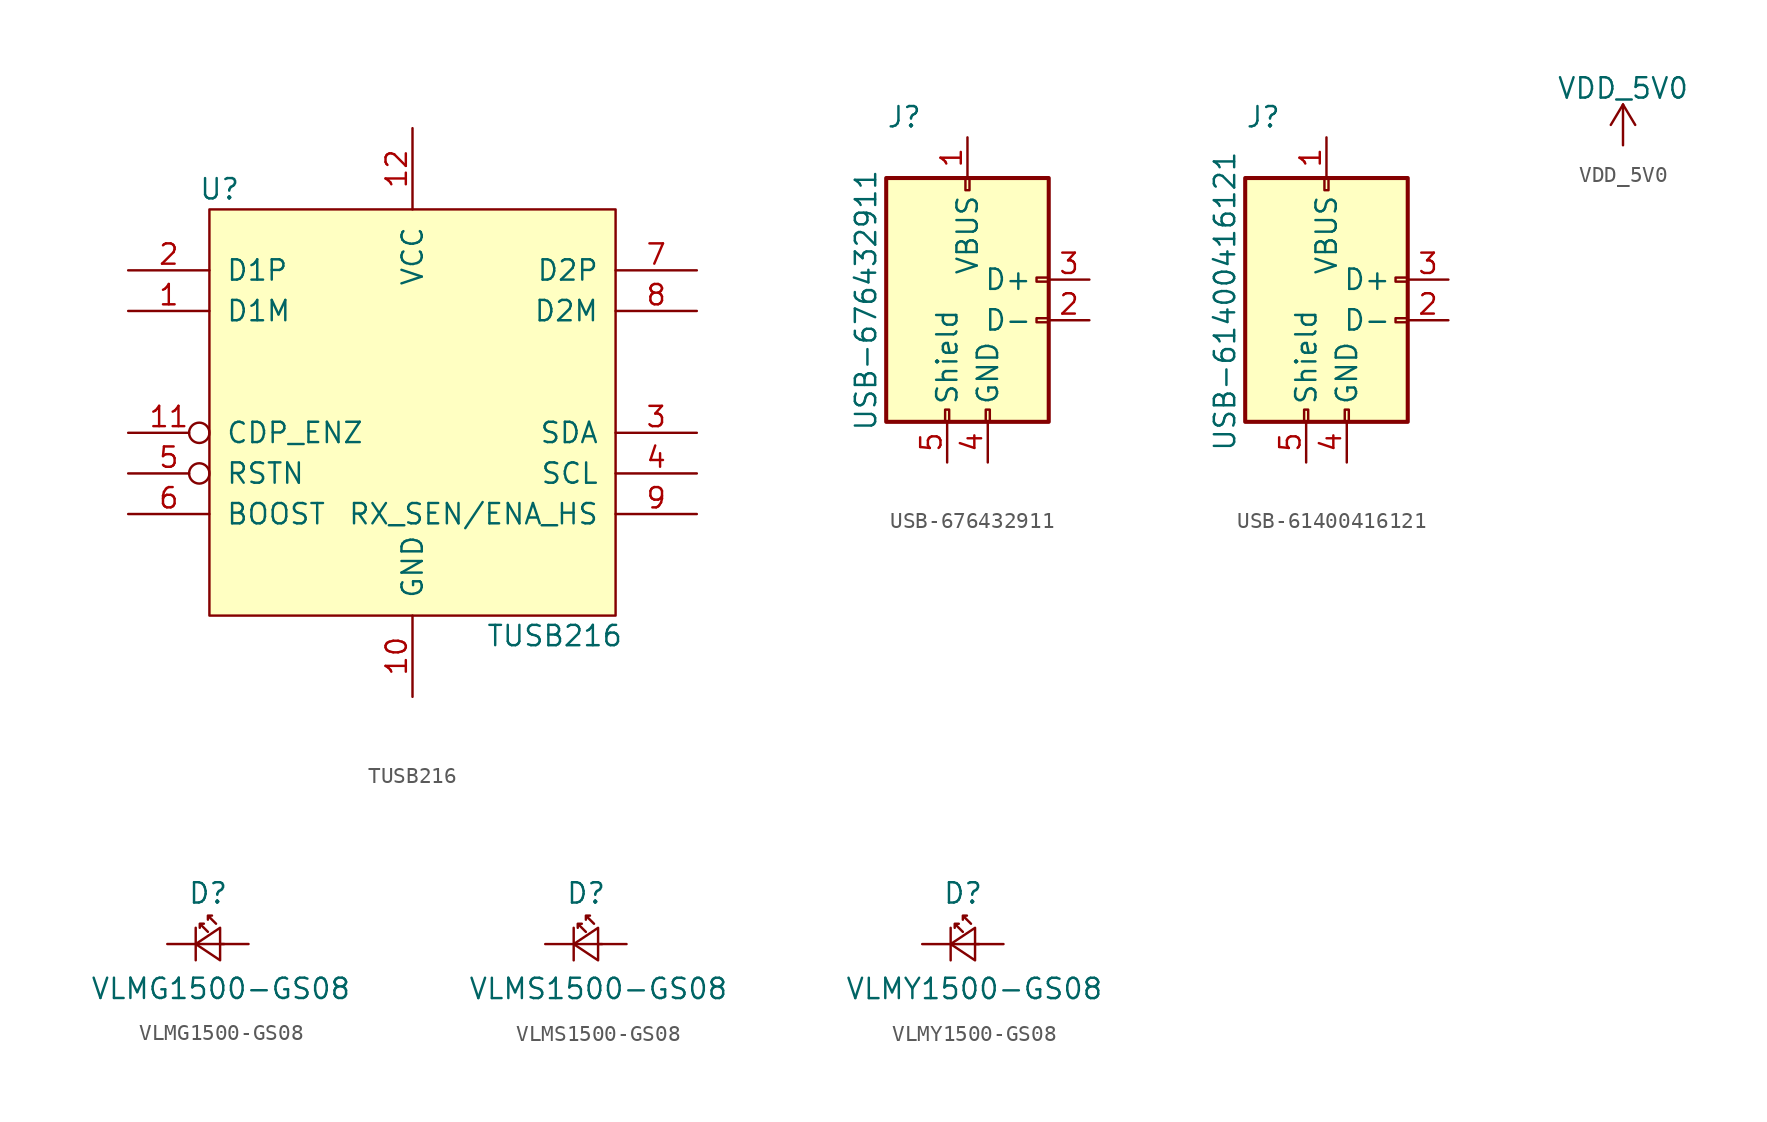
<source format=kicad_sym>
(kicad_symbol_lib
  (version 20220914)
  (generator kicad_symbol_editor)
  (symbol "TUSB216"
    (pin_names
      (offset 1.016))
    (property "Reference" "U"
      (at -12.065 13.97 0)
      (effects (font (size 1.27 1.27))))
    (property "Value" "TUSB216"
      (at 8.89 -13.97 0)
      (effects (font (size 1.27 1.27))))
    (symbol "TUSB216_0_1"
      (rectangle (start -12.7 12.7) (end 12.7 -12.7) (stroke (width 0) (type default)) (fill (type background))))
    (symbol "TUSB216_1_1"
      (pin bidirectional line (at -17.78 6.35 0) (length 5.08) (name "D1M" (effects (font (size 1.27 1.27)))) (number "1" (effects (font (size 1.27 1.27)))))
      (pin passive line (at 0 -17.78 90) (length 5.08) (name "GND" (effects (font (size 1.27 1.27)))) (number "10" (effects (font (size 1.27 1.27)))))
      (pin input inverted (at -17.78 -1.27 0) (length 5.08) (name "CDP_ENZ" (effects (font (size 1.27 1.27)))) (number "11" (effects (font (size 1.27 1.27)))))
      (pin power_in line (at 0 17.78 270) (length 5.08) (name "VCC" (effects (font (size 1.27 1.27)))) (number "12" (effects (font (size 1.27 1.27)))))
      (pin bidirectional line (at -17.78 8.89 0) (length 5.08) (name "D1P" (effects (font (size 1.27 1.27)))) (number "2" (effects (font (size 1.27 1.27)))))
      (pin bidirectional line (at 17.78 -1.27 180) (length 5.08) (name "SDA" (effects (font (size 1.27 1.27)))) (number "3" (effects (font (size 1.27 1.27)))))
      (pin bidirectional line (at 17.78 -3.81 180) (length 5.08) (name "SCL" (effects (font (size 1.27 1.27)))) (number "4" (effects (font (size 1.27 1.27)))))
      (pin input inverted (at -17.78 -3.81 0) (length 5.08) (name "RSTN" (effects (font (size 1.27 1.27)))) (number "5" (effects (font (size 1.27 1.27)))))
      (pin input line (at -17.78 -6.35 0) (length 5.08) (name "BOOST" (effects (font (size 1.27 1.27)))) (number "6" (effects (font (size 1.27 1.27)))))
      (pin bidirectional line (at 17.78 8.89 180) (length 5.08) (name "D2P" (effects (font (size 1.27 1.27)))) (number "7" (effects (font (size 1.27 1.27)))))
      (pin bidirectional line (at 17.78 6.35 180) (length 5.08) (name "D2M" (effects (font (size 1.27 1.27)))) (number "8" (effects (font (size 1.27 1.27)))))
      (pin bidirectional line (at 17.78 -6.35 180) (length 5.08) (name "RX_SEN/ENA_HS" (effects (font (size 1.27 1.27)))) (number "9" (effects (font (size 1.27 1.27)))))))
  (symbol "USB-676432911"
    (pin_names
      (offset 1.016))
    (property "Reference" "J"
      (at -5.08 11.43 0)
      (effects (font (size 1.27 1.27)) (justify left)))
    (property "Value" "USB-676432911"
      (at -6.35 -8.255 90)
      (effects (font (size 1.27 1.27)) (justify left)))
    (symbol "USB-676432911_0_1"
      (rectangle (start -5.08 -7.62) (end 5.08 7.62) (stroke (width 0.254) (type default)) (fill (type background)))
      (rectangle (start 0.127 7.62) (end -0.127 6.858) (stroke (width 0) (type default)) (fill (type none)))
      (rectangle (start 1.143 -7.62) (end 1.397 -6.858) (stroke (width 0) (type default)) (fill (type none)))
      (rectangle (start 5.08 -1.397) (end 4.318 -1.143) (stroke (width 0) (type default)) (fill (type none)))
      (rectangle (start 5.08 1.143) (end 4.318 1.397) (stroke (width 0) (type default)) (fill (type none))))
    (symbol "USB-676432911_1_1"
      (rectangle (start -1.397 -7.62) (end -1.143 -6.858) (stroke (width 0) (type default)) (fill (type none)))
      (pin passive line (at 0 10.16 270) (length 2.54) (name "VBUS" (effects (font (size 1.27 1.27)))) (number "1" (effects (font (size 1.27 1.27)))))
      (pin bidirectional line (at 7.62 -1.27 180) (length 2.54) (name "D-" (effects (font (size 1.27 1.27)))) (number "2" (effects (font (size 1.27 1.27)))))
      (pin bidirectional line (at 7.62 1.27 180) (length 2.54) (name "D+" (effects (font (size 1.27 1.27)))) (number "3" (effects (font (size 1.27 1.27)))))
      (pin passive line (at 1.27 -10.16 90) (length 2.54) (name "GND" (effects (font (size 1.27 1.27)))) (number "4" (effects (font (size 1.27 1.27)))))
      (pin passive line (at -1.27 -10.16 90) (length 2.54) (name "Shield" (effects (font (size 1.27 1.27)))) (number "5" (effects (font (size 1.27 1.27)))))))
  (symbol "USB-61400416121"
    (pin_names
      (offset 1.016))
    (property "Reference" "J"
      (at -5.08 11.43 0)
      (effects (font (size 1.27 1.27)) (justify left)))
    (property "Value" "USB-61400416121"
      (at -6.35 -9.525 90)
      (effects (font (size 1.27 1.27)) (justify left)))
    (symbol "USB-61400416121_0_1"
      (rectangle (start -5.08 -7.62) (end 5.08 7.62) (stroke (width 0.254) (type default)) (fill (type background)))
      (rectangle (start 0.127 7.62) (end -0.127 6.858) (stroke (width 0) (type default)) (fill (type none)))
      (rectangle (start 1.143 -7.62) (end 1.397 -6.858) (stroke (width 0) (type default)) (fill (type none)))
      (rectangle (start 5.08 -1.397) (end 4.318 -1.143) (stroke (width 0) (type default)) (fill (type none)))
      (rectangle (start 5.08 1.143) (end 4.318 1.397) (stroke (width 0) (type default)) (fill (type none))))
    (symbol "USB-61400416121_1_1"
      (rectangle (start -1.397 -7.62) (end -1.143 -6.858) (stroke (width 0) (type default)) (fill (type none)))
      (pin power_out line (at 0 10.16 270) (length 2.54) (name "VBUS" (effects (font (size 1.27 1.27)))) (number "1" (effects (font (size 1.27 1.27)))))
      (pin passive line (at 7.62 -1.27 180) (length 2.54) (name "D-" (effects (font (size 1.27 1.27)))) (number "2" (effects (font (size 1.27 1.27)))))
      (pin passive line (at 7.62 1.27 180) (length 2.54) (name "D+" (effects (font (size 1.27 1.27)))) (number "3" (effects (font (size 1.27 1.27)))))
      (pin power_out line (at 1.27 -10.16 90) (length 2.54) (name "GND" (effects (font (size 1.27 1.27)))) (number "4" (effects (font (size 1.27 1.27)))))
      (pin passive line (at -1.27 -10.16 90) (length 2.54) (name "Shield" (effects (font (size 1.27 1.27)))) (number "5" (effects (font (size 1.27 1.27)))))))
  (symbol "VDD_5V0"
    (power)
    (pin_names
      (offset 0))
    (property "Reference" "#PWR"
      (at 0 -3.81 0)
      (effects (font (size 1.27 1.27)) hide))
    (property "Value" "VDD_5V0"
      (at 0 3.556 0)
      (effects (font (size 1.27 1.27))))
    (symbol "VDD_5V0_0_1"
      (polyline (pts (xy -0.762 1.27) (xy 0 2.54)) (stroke (width 0) (type default)) (fill (type none)))
      (polyline (pts (xy 0 0) (xy 0 2.54)) (stroke (width 0) (type default)) (fill (type none)))
      (polyline (pts (xy 0 2.54) (xy 0.762 1.27)) (stroke (width 0) (type default)) (fill (type none))))
    (symbol "VDD_5V0_1_1"
      (pin power_in line (at 0 0 90) (length 0) hide (name "VDD_5V0" (effects (font (size 1.27 1.27)))) (number "1" (effects (font (size 1.27 1.27)))))))
  (symbol "VLMG1500-GS08"
    (pin_numbers hide)
    (pin_names
      (offset 0.254) hide)
    (property "Reference" "D"
      (at -1.27 3.175 0)
      (effects (font (size 1.27 1.27)) (justify left)))
    (property "Value" "VLMG1500-GS08"
      (at -7.366 -2.794 0)
      (effects (font (size 1.27 1.27)) (justify left)))
    (symbol "VLMG1500-GS08_0_1"
      (polyline (pts (xy -0.762 -1.016) (xy -0.762 1.016)) (stroke (width 0) (type default)) (fill (type none)))
      (polyline (pts (xy 1.016 0) (xy -0.762 0)) (stroke (width 0) (type default)) (fill (type none)))
      (polyline (pts (xy 0.762 -1.016) (xy -0.762 0) (xy 0.762 1.016) (xy 0.762 -1.016)) (stroke (width 0) (type default)) (fill (type none)))
      (polyline (pts (xy 0 0.762) (xy -0.508 1.27) (xy -0.254 1.27) (xy -0.508 1.27) (xy -0.508 1.016)) (stroke (width 0) (type default)) (fill (type none)))
      (polyline (pts (xy 0.508 1.27) (xy 0 1.778) (xy 0.254 1.778) (xy 0 1.778) (xy 0 1.524)) (stroke (width 0) (type default)) (fill (type none))))
    (symbol "VLMG1500-GS08_1_1"
      (pin passive line (at -2.54 0 0) (length 1.778) (name "K" (effects (font (size 1.27 1.27)))) (number "1" (effects (font (size 1.27 1.27)))))
      (pin passive line (at 2.54 0 180) (length 1.778) (name "A" (effects (font (size 1.27 1.27)))) (number "2" (effects (font (size 1.27 1.27)))))))
  (symbol "VLMS1500-GS08"
    (pin_numbers hide)
    (pin_names
      (offset 0.254) hide)
    (property "Reference" "D"
      (at -1.27 3.175 0)
      (effects (font (size 1.27 1.27)) (justify left)))
    (property "Value" "VLMS1500-GS08"
      (at -7.366 -2.794 0)
      (effects (font (size 1.27 1.27)) (justify left)))
    (symbol "VLMS1500-GS08_0_1"
      (polyline (pts (xy -0.762 -1.016) (xy -0.762 1.016)) (stroke (width 0) (type default)) (fill (type none)))
      (polyline (pts (xy 1.016 0) (xy -0.762 0)) (stroke (width 0) (type default)) (fill (type none)))
      (polyline (pts (xy 0.762 -1.016) (xy -0.762 0) (xy 0.762 1.016) (xy 0.762 -1.016)) (stroke (width 0) (type default)) (fill (type none)))
      (polyline (pts (xy 0 0.762) (xy -0.508 1.27) (xy -0.254 1.27) (xy -0.508 1.27) (xy -0.508 1.016)) (stroke (width 0) (type default)) (fill (type none)))
      (polyline (pts (xy 0.508 1.27) (xy 0 1.778) (xy 0.254 1.778) (xy 0 1.778) (xy 0 1.524)) (stroke (width 0) (type default)) (fill (type none))))
    (symbol "VLMS1500-GS08_1_1"
      (pin passive line (at -2.54 0 0) (length 1.778) (name "K" (effects (font (size 1.27 1.27)))) (number "1" (effects (font (size 1.27 1.27)))))
      (pin passive line (at 2.54 0 180) (length 1.778) (name "A" (effects (font (size 1.27 1.27)))) (number "2" (effects (font (size 1.27 1.27)))))))
  (symbol "VLMY1500-GS08"
    (pin_numbers hide)
    (pin_names
      (offset 0.254) hide)
    (property "Reference" "D"
      (at -1.27 3.175 0)
      (effects (font (size 1.27 1.27)) (justify left)))
    (property "Value" "VLMY1500-GS08"
      (at -7.366 -2.794 0)
      (effects (font (size 1.27 1.27)) (justify left)))
    (symbol "VLMY1500-GS08_0_1"
      (polyline (pts (xy -0.762 -1.016) (xy -0.762 1.016)) (stroke (width 0) (type default)) (fill (type none)))
      (polyline (pts (xy 1.016 0) (xy -0.762 0)) (stroke (width 0) (type default)) (fill (type none)))
      (polyline (pts (xy 0.762 -1.016) (xy -0.762 0) (xy 0.762 1.016) (xy 0.762 -1.016)) (stroke (width 0) (type default)) (fill (type none)))
      (polyline (pts (xy 0 0.762) (xy -0.508 1.27) (xy -0.254 1.27) (xy -0.508 1.27) (xy -0.508 1.016)) (stroke (width 0) (type default)) (fill (type none)))
      (polyline (pts (xy 0.508 1.27) (xy 0 1.778) (xy 0.254 1.778) (xy 0 1.778) (xy 0 1.524)) (stroke (width 0) (type default)) (fill (type none))))
    (symbol "VLMY1500-GS08_1_1"
      (pin passive line (at -2.54 0 0) (length 1.778) (name "K" (effects (font (size 1.27 1.27)))) (number "1" (effects (font (size 1.27 1.27)))))
      (pin passive line (at 2.54 0 180) (length 1.778) (name "A" (effects (font (size 1.27 1.27)))) (number "2" (effects (font (size 1.27 1.27))))))))
</source>
